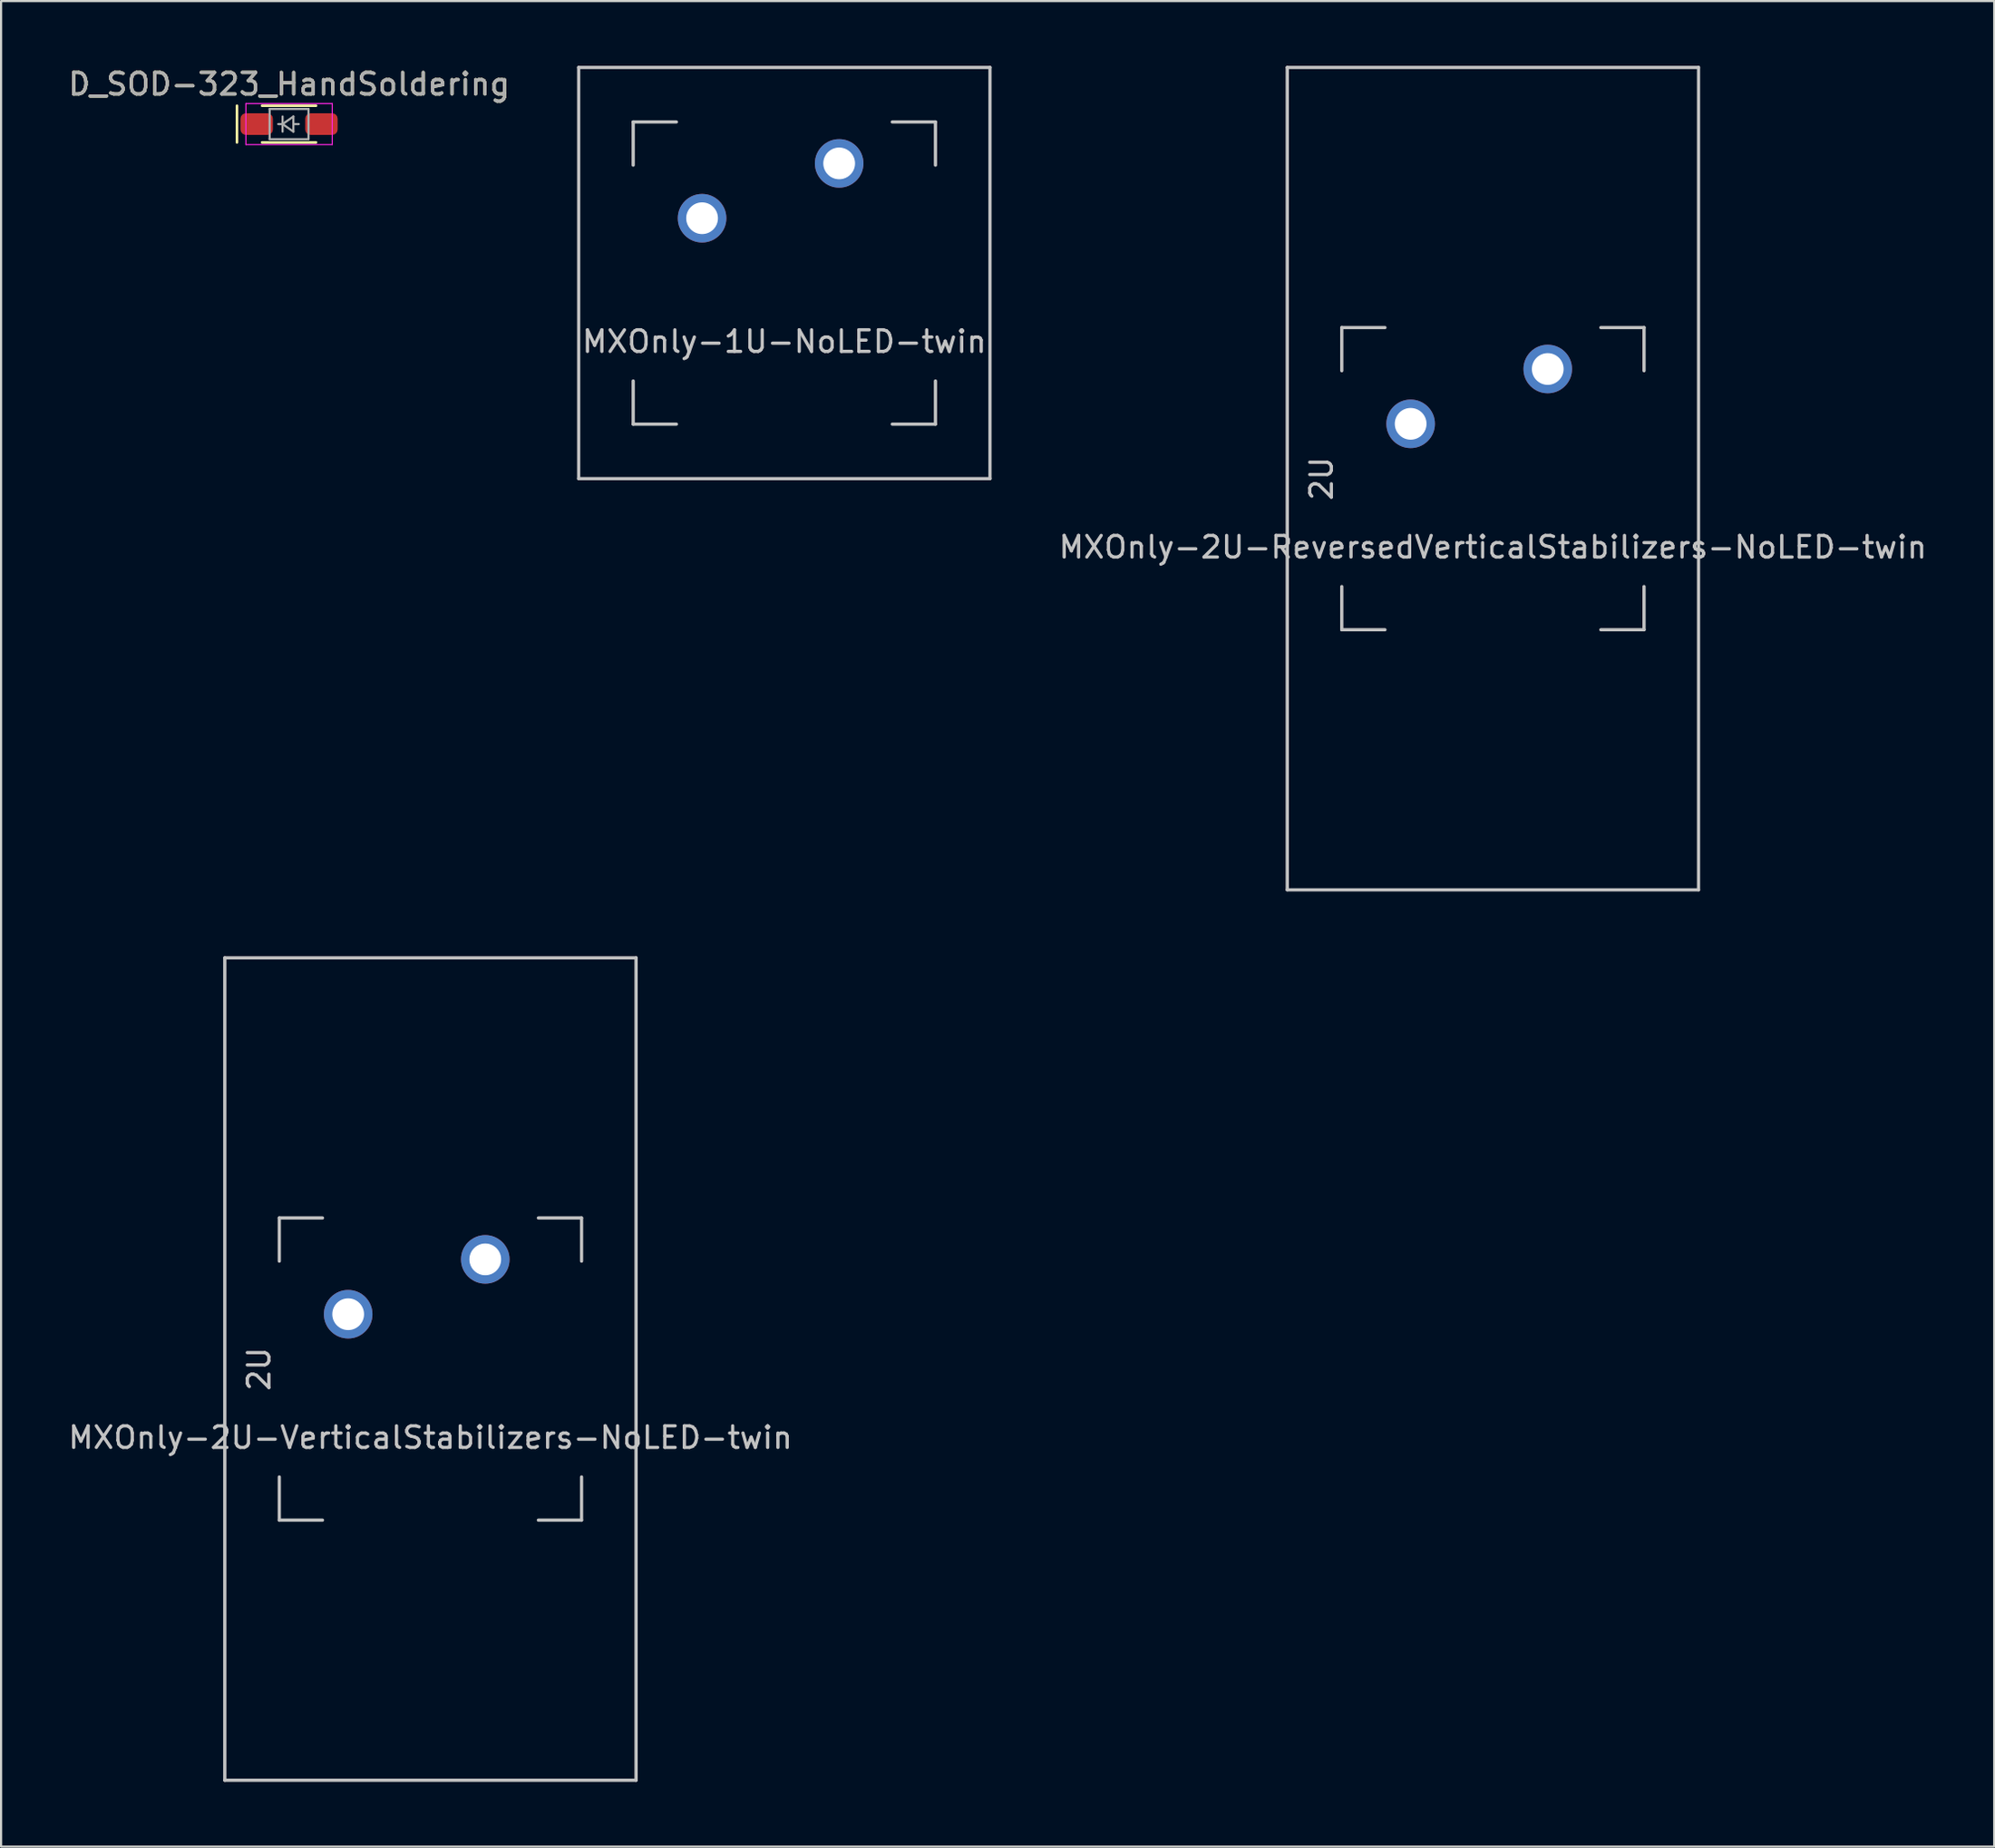
<source format=kicad_pcb>
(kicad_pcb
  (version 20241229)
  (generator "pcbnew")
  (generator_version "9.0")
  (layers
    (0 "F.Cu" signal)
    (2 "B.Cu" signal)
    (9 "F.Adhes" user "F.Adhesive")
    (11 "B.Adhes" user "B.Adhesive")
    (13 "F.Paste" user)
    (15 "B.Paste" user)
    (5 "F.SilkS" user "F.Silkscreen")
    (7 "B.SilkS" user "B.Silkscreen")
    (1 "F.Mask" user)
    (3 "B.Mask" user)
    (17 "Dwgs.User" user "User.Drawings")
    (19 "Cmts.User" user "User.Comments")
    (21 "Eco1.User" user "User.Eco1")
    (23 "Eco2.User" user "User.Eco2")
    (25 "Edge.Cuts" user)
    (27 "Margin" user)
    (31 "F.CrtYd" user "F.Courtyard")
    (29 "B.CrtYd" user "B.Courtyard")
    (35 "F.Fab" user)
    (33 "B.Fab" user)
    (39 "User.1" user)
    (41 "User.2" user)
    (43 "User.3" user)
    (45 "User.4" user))
  (footprint "MXOnly-1U-NoLED-twin"
    (layer "F.Cu")
    (at 33.279 9.6)
    (property "Reference" "MXOnly-1U-NoLED-twin" (at 0 3.175 0) (layer "Dwgs.User") (effects (font (size 1 1) (thickness 0.15))))
    (attr through_hole)
    (fp_line (start -9.525 -9.525) (end 9.525 -9.525) (stroke (width 0.15) (type solid)) (layer "Dwgs.User"))
    (fp_line (start -9.525 9.525) (end -9.525 -9.525) (stroke (width 0.15) (type solid)) (layer "Dwgs.User"))
    (fp_line (start -7 -7) (end -7 -5) (stroke (width 0.15) (type solid)) (layer "Dwgs.User"))
    (fp_line (start -7 5) (end -7 7) (stroke (width 0.15) (type solid)) (layer "Dwgs.User"))
    (fp_line (start -7 7) (end -5 7) (stroke (width 0.15) (type solid)) (layer "Dwgs.User"))
    (fp_line (start -5 -7) (end -7 -7) (stroke (width 0.15) (type solid)) (layer "Dwgs.User"))
    (fp_line (start 5 -7) (end 7 -7) (stroke (width 0.15) (type solid)) (layer "Dwgs.User"))
    (fp_line (start 5 7) (end 7 7) (stroke (width 0.15) (type solid)) (layer "Dwgs.User"))
    (fp_line (start 7 -7) (end 7 -5) (stroke (width 0.15) (type solid)) (layer "Dwgs.User"))
    (fp_line (start 7 7) (end 7 5) (stroke (width 0.15) (type solid)) (layer "Dwgs.User"))
    (fp_line (start 9.525 -9.525) (end 9.525 9.525) (stroke (width 0.15) (type solid)) (layer "Dwgs.User"))
    (fp_line (start 9.525 9.525) (end -9.525 9.525) (stroke (width 0.15) (type solid)) (layer "Dwgs.User"))
    (pad "1" thru_hole circle (at -3.81 -2.54) (size 2.25 2.25) (drill 1.47) (layers "*.Cu" "B.Mask"))
    (pad "2" thru_hole circle (at 2.54 -5.08) (size 2.25 2.25) (drill 1.47) (layers "*.Cu" "B.Mask")))
  (footprint "D_SOD-323_HandSoldering"
    (layer "F.Cu")
    (at 10.339 2.698)
    (property "Reference" "D_SOD-323_HandSoldering" (at 0 -1.85 0) (layer "F.SilkS") (effects (font (size 1 1) (thickness 0.15))))
    (attr smd)
    (fp_line (start -2.413 -0.85) (end -2.413 0.85) (stroke (width 0.12) (type solid)) (layer "F.SilkS"))
    (fp_line (start -1.25 -0.85) (end 1.25 -0.85) (stroke (width 0.12) (type solid)) (layer "F.SilkS"))
    (fp_line (start -1.25 0.85) (end 1.25 0.85) (stroke (width 0.12) (type solid)) (layer "F.SilkS"))
    (fp_line (start -2 -0.95) (end -2 0.95) (stroke (width 0.05) (type solid)) (layer "F.CrtYd"))
    (fp_line (start -2 -0.95) (end 2 -0.95) (stroke (width 0.05) (type solid)) (layer "F.CrtYd"))
    (fp_line (start -2 0.95) (end 2 0.95) (stroke (width 0.05) (type solid)) (layer "F.CrtYd"))
    (fp_line (start 2 -0.95) (end 2 0.95) (stroke (width 0.05) (type solid)) (layer "F.CrtYd"))
    (fp_line (start -0.9 -0.7) (end 0.9 -0.7) (stroke (width 0.1) (type solid)) (layer "F.Fab"))
    (fp_line (start -0.9 0.7) (end -0.9 -0.7) (stroke (width 0.1) (type solid)) (layer "F.Fab"))
    (fp_line (start -0.3 -0.35) (end -0.3 0.35) (stroke (width 0.1) (type solid)) (layer "F.Fab"))
    (fp_line (start -0.3 0) (end -0.5 0) (stroke (width 0.1) (type solid)) (layer "F.Fab"))
    (fp_line (start -0.3 0) (end 0.2 -0.35) (stroke (width 0.1) (type solid)) (layer "F.Fab"))
    (fp_line (start 0.2 -0.35) (end 0.2 0.35) (stroke (width 0.1) (type solid)) (layer "F.Fab"))
    (fp_line (start 0.2 0) (end 0.45 0) (stroke (width 0.1) (type solid)) (layer "F.Fab"))
    (fp_line (start 0.2 0.35) (end -0.3 0) (stroke (width 0.1) (type solid)) (layer "F.Fab"))
    (fp_line (start 0.9 -0.7) (end 0.9 0.7) (stroke (width 0.1) (type solid)) (layer "F.Fab"))
    (fp_line (start 0.9 0.7) (end -0.9 0.7) (stroke (width 0.1) (type solid)) (layer "F.Fab"))
    (fp_text user "${REFERENCE}" (at 0 -1.85 0) (layer "F.Fab") (effects (font (size 1 1) (thickness 0.15))))
    (pad "1" smd roundrect (at -1.5 0) (size 1.5 1) (layers "F.Cu" "F.Mask" "F.Paste") (roundrect_rratio 0.25))
    (pad "2" smd roundrect (at 1.5 0) (size 1.5 1) (layers "F.Cu" "F.Mask" "F.Paste") (roundrect_rratio 0.25)))
  (footprint "MXOnly-2U-VerticalStabilizers-NoLED-twin"
    (layer "F.Cu")
    (at 16.887 60.375)
    (property "Reference" "MXOnly-2U-VerticalStabilizers-NoLED-twin" (at 0 3.175 0) (layer "Dwgs.User") (effects (font (size 1 1) (thickness 0.15))))
    (attr through_hole)
    (fp_line (start -9.525 -19.05) (end 9.525 -19.05) (stroke (width 0.15) (type solid)) (layer "Dwgs.User"))
    (fp_line (start -9.525 19.05) (end -9.525 -19.05) (stroke (width 0.15) (type solid)) (layer "Dwgs.User"))
    (fp_line (start -7 -7) (end -7 -5) (stroke (width 0.15) (type solid)) (layer "Dwgs.User"))
    (fp_line (start -7 5) (end -7 7) (stroke (width 0.15) (type solid)) (layer "Dwgs.User"))
    (fp_line (start -7 7) (end -5 7) (stroke (width 0.15) (type solid)) (layer "Dwgs.User"))
    (fp_line (start -5 -7) (end -7 -7) (stroke (width 0.15) (type solid)) (layer "Dwgs.User"))
    (fp_line (start 5 -7) (end 7 -7) (stroke (width 0.15) (type solid)) (layer "Dwgs.User"))
    (fp_line (start 5 7) (end 7 7) (stroke (width 0.15) (type solid)) (layer "Dwgs.User"))
    (fp_line (start 7 -7) (end 7 -5) (stroke (width 0.15) (type solid)) (layer "Dwgs.User"))
    (fp_line (start 7 7) (end 7 5) (stroke (width 0.15) (type solid)) (layer "Dwgs.User"))
    (fp_line (start 9.525 19.05) (end -9.525 19.05) (stroke (width 0.15) (type solid)) (layer "Dwgs.User"))
    (fp_line (start 9.525 19.05) (end 9.525 -19.05) (stroke (width 0.15) (type solid)) (layer "Dwgs.User"))
    (fp_text user "2U" (at -7.938 0 270) (layer "Dwgs.User") (effects (font (size 1 1) (thickness 0.15))))
    (pad "1" thru_hole circle (at -3.81 -2.54) (size 2.25 2.25) (drill 1.47) (layers "*.Cu" "B.Mask"))
    (pad "2" thru_hole circle (at 2.54 -5.08) (size 2.25 2.25) (drill 1.47) (layers "*.Cu" "B.Mask")))
  (footprint "MXOnly-2U-ReversedVerticalStabilizers-NoLED-twin"
    (layer "F.Cu")
    (at 66.099 19.125)
    (property "Reference" "MXOnly-2U-ReversedVerticalStabilizers-NoLED-twin" (at 0 3.175 0) (unlocked yes) (layer "Dwgs.User") (effects (font (size 1 1) (thickness 0.15))))
    (attr through_hole)
    (fp_line (start -9.525 -19.05) (end 9.525 -19.05) (stroke (width 0.15) (type solid)) (layer "Dwgs.User"))
    (fp_line (start -9.525 19.05) (end -9.525 -19.05) (stroke (width 0.15) (type solid)) (layer "Dwgs.User"))
    (fp_line (start -7 -7) (end -7 -5) (stroke (width 0.15) (type solid)) (layer "Dwgs.User"))
    (fp_line (start -7 5) (end -7 7) (stroke (width 0.15) (type solid)) (layer "Dwgs.User"))
    (fp_line (start -7 7) (end -5 7) (stroke (width 0.15) (type solid)) (layer "Dwgs.User"))
    (fp_line (start -5 -7) (end -7 -7) (stroke (width 0.15) (type solid)) (layer "Dwgs.User"))
    (fp_line (start 5 -7) (end 7 -7) (stroke (width 0.15) (type solid)) (layer "Dwgs.User"))
    (fp_line (start 5 7) (end 7 7) (stroke (width 0.15) (type solid)) (layer "Dwgs.User"))
    (fp_line (start 7 -7) (end 7 -5) (stroke (width 0.15) (type solid)) (layer "Dwgs.User"))
    (fp_line (start 7 7) (end 7 5) (stroke (width 0.15) (type solid)) (layer "Dwgs.User"))
    (fp_line (start 9.525 19.05) (end -9.525 19.05) (stroke (width 0.15) (type solid)) (layer "Dwgs.User"))
    (fp_line (start 9.525 19.05) (end 9.525 -19.05) (stroke (width 0.15) (type solid)) (layer "Dwgs.User"))
    (fp_text user "2U" (at -7.938 0 270) (layer "Dwgs.User") (effects (font (size 1 1) (thickness 0.15))))
    (pad "1" thru_hole circle (at -3.81 -2.54) (size 2.25 2.25) (drill 1.47) (layers "*.Cu" "B.Mask"))
    (pad "2" thru_hole circle (at 2.54 -5.08) (size 2.25 2.25) (drill 1.47) (layers "*.Cu" "B.Mask")))
  (gr_rect
    (start -3 -3)
    (end 89.319 82.5)
    (stroke (width 0.1) (type default))
    (fill no)
    (layer "Edge.Cuts")))
</source>
